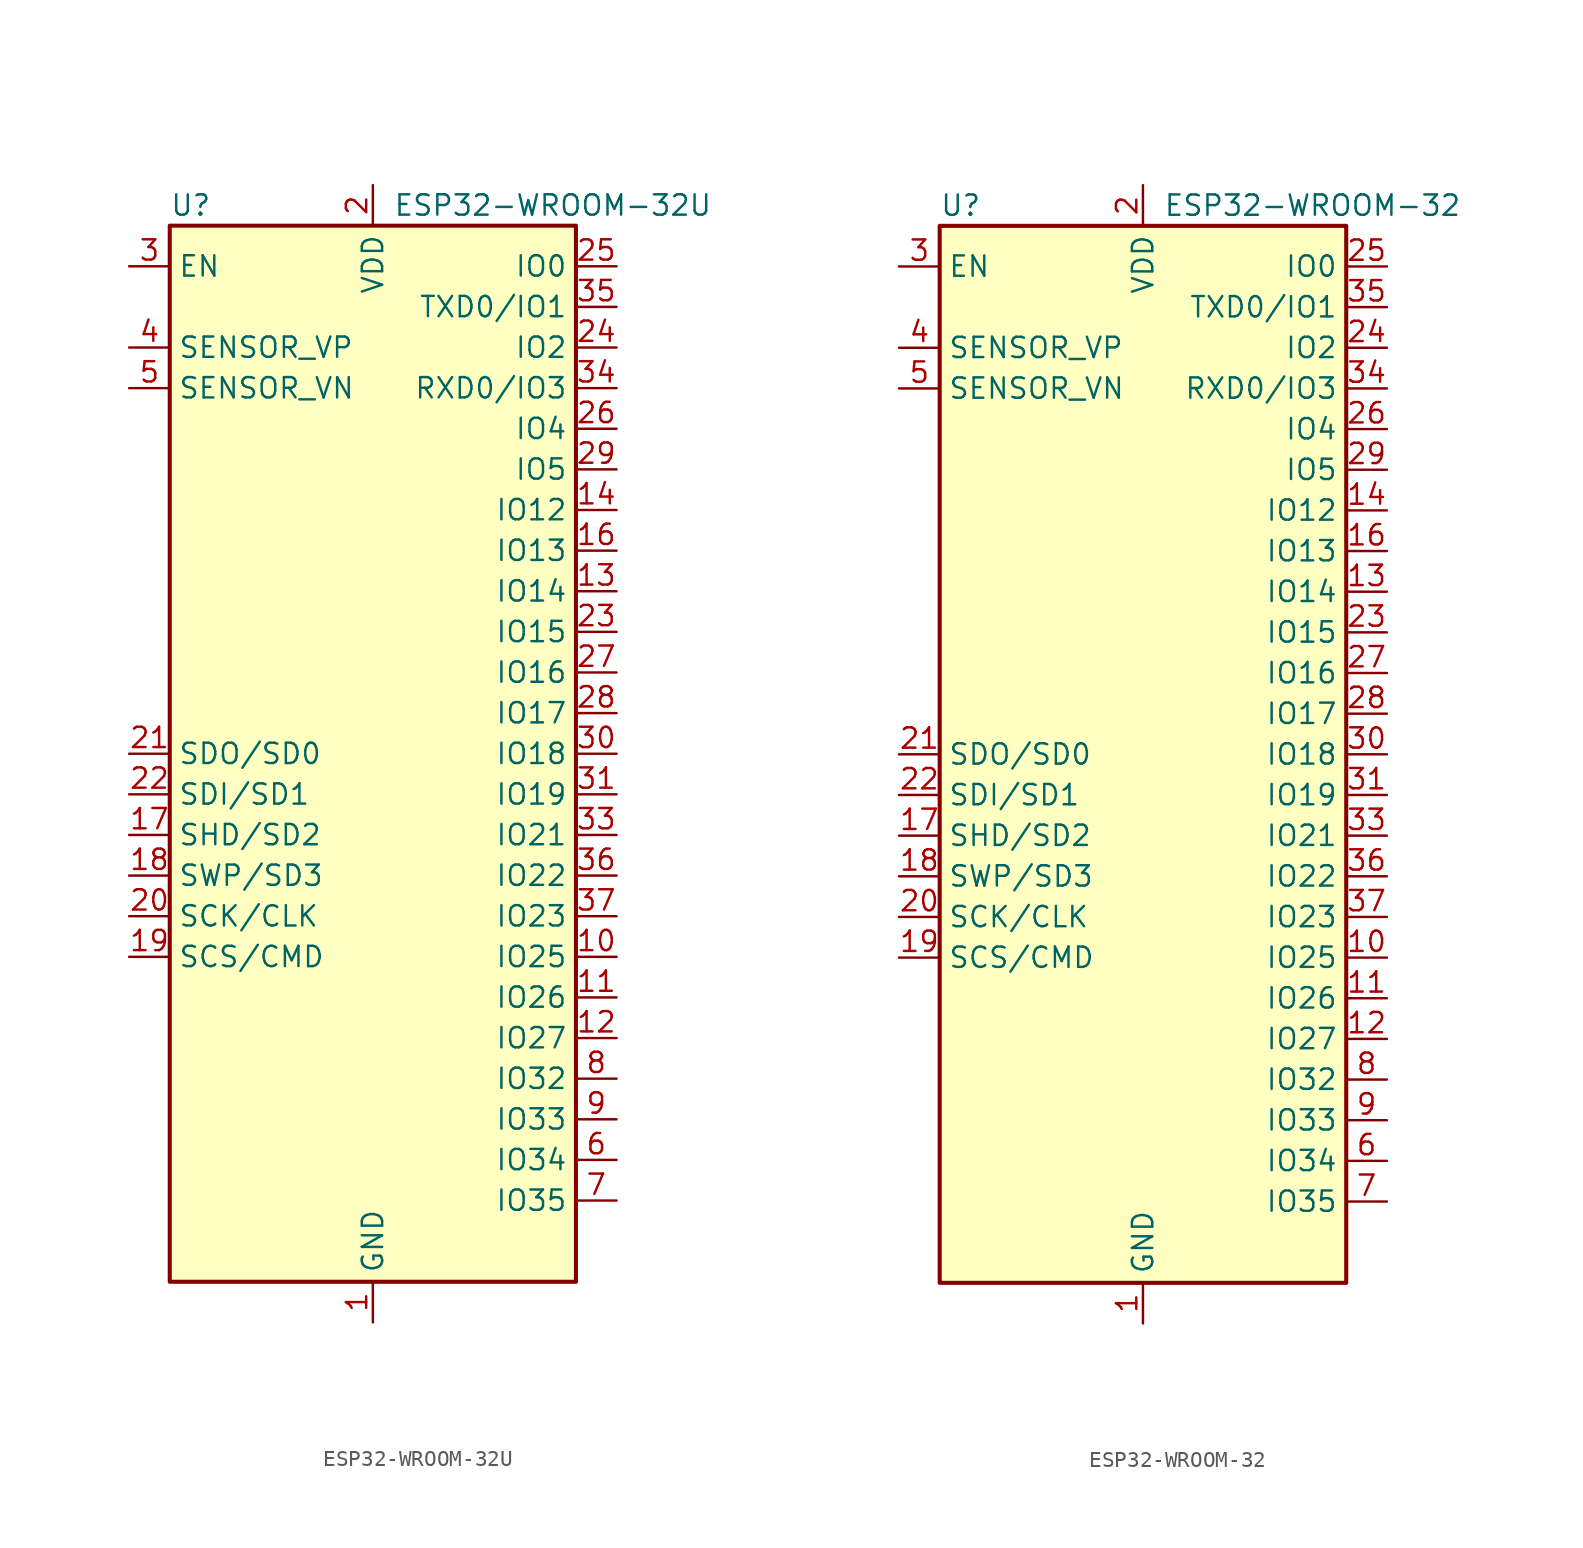
<source format=kicad_sym>
(kicad_symbol_lib
  (version 20201005)
  (generator kicad_symbol_editor)
  (symbol "RF_Module:ESP32-WROOM-32U"
    (property "Reference" "U"
      (at -12.7 34.29 0)
      (effects (font (size 1.27 1.27)) (justify left)))
    (property "Value" "ESP32-WROOM-32U"
      (at 1.27 34.29 0)
      (effects (font (size 1.27 1.27)) (justify left)))
    (symbol "ESP32-WROOM-32U_0_1"
      (rectangle (start -12.7 33.02) (end 12.7 -33.02) (stroke (width 0.254)) (fill (type background))))
    (symbol "ESP32-WROOM-32U_1_1"
      (pin power_in line (at 0 -35.56 90) (length 2.54) (name "GND" (effects (font (size 1.27 1.27)))) (number "1" (effects (font (size 1.27 1.27)))))
      (pin bidirectional line (at 15.24 -12.7 180) (length 2.54) (name "IO25" (effects (font (size 1.27 1.27)))) (number "10" (effects (font (size 1.27 1.27)))))
      (pin bidirectional line (at 15.24 -15.24 180) (length 2.54) (name "IO26" (effects (font (size 1.27 1.27)))) (number "11" (effects (font (size 1.27 1.27)))))
      (pin bidirectional line (at 15.24 -17.78 180) (length 2.54) (name "IO27" (effects (font (size 1.27 1.27)))) (number "12" (effects (font (size 1.27 1.27)))))
      (pin bidirectional line (at 15.24 10.16 180) (length 2.54) (name "IO14" (effects (font (size 1.27 1.27)))) (number "13" (effects (font (size 1.27 1.27)))))
      (pin bidirectional line (at 15.24 15.24 180) (length 2.54) (name "IO12" (effects (font (size 1.27 1.27)))) (number "14" (effects (font (size 1.27 1.27)))))
      (pin passive line (at 0 -35.56 90) (length 2.54) hide (name "GND" (effects (font (size 1.27 1.27)))) (number "15" (effects (font (size 1.27 1.27)))))
      (pin bidirectional line (at 15.24 12.7 180) (length 2.54) (name "IO13" (effects (font (size 1.27 1.27)))) (number "16" (effects (font (size 1.27 1.27)))))
      (pin bidirectional line (at -15.24 -5.08 0) (length 2.54) (name "SHD/SD2" (effects (font (size 1.27 1.27)))) (number "17" (effects (font (size 1.27 1.27)))))
      (pin bidirectional line (at -15.24 -7.62 0) (length 2.54) (name "SWP/SD3" (effects (font (size 1.27 1.27)))) (number "18" (effects (font (size 1.27 1.27)))))
      (pin bidirectional line (at -15.24 -12.7 0) (length 2.54) (name "SCS/CMD" (effects (font (size 1.27 1.27)))) (number "19" (effects (font (size 1.27 1.27)))))
      (pin power_in line (at 0 35.56 270) (length 2.54) (name "VDD" (effects (font (size 1.27 1.27)))) (number "2" (effects (font (size 1.27 1.27)))))
      (pin bidirectional line (at -15.24 -10.16 0) (length 2.54) (name "SCK/CLK" (effects (font (size 1.27 1.27)))) (number "20" (effects (font (size 1.27 1.27)))))
      (pin bidirectional line (at -15.24 0 0) (length 2.54) (name "SDO/SD0" (effects (font (size 1.27 1.27)))) (number "21" (effects (font (size 1.27 1.27)))))
      (pin bidirectional line (at -15.24 -2.54 0) (length 2.54) (name "SDI/SD1" (effects (font (size 1.27 1.27)))) (number "22" (effects (font (size 1.27 1.27)))))
      (pin bidirectional line (at 15.24 7.62 180) (length 2.54) (name "IO15" (effects (font (size 1.27 1.27)))) (number "23" (effects (font (size 1.27 1.27)))))
      (pin bidirectional line (at 15.24 25.4 180) (length 2.54) (name "IO2" (effects (font (size 1.27 1.27)))) (number "24" (effects (font (size 1.27 1.27)))))
      (pin bidirectional line (at 15.24 30.48 180) (length 2.54) (name "IO0" (effects (font (size 1.27 1.27)))) (number "25" (effects (font (size 1.27 1.27)))))
      (pin bidirectional line (at 15.24 20.32 180) (length 2.54) (name "IO4" (effects (font (size 1.27 1.27)))) (number "26" (effects (font (size 1.27 1.27)))))
      (pin bidirectional line (at 15.24 5.08 180) (length 2.54) (name "IO16" (effects (font (size 1.27 1.27)))) (number "27" (effects (font (size 1.27 1.27)))))
      (pin bidirectional line (at 15.24 2.54 180) (length 2.54) (name "IO17" (effects (font (size 1.27 1.27)))) (number "28" (effects (font (size 1.27 1.27)))))
      (pin bidirectional line (at 15.24 17.78 180) (length 2.54) (name "IO5" (effects (font (size 1.27 1.27)))) (number "29" (effects (font (size 1.27 1.27)))))
      (pin input line (at -15.24 30.48 0) (length 2.54) (name "EN" (effects (font (size 1.27 1.27)))) (number "3" (effects (font (size 1.27 1.27)))))
      (pin bidirectional line (at 15.24 0 180) (length 2.54) (name "IO18" (effects (font (size 1.27 1.27)))) (number "30" (effects (font (size 1.27 1.27)))))
      (pin bidirectional line (at 15.24 -2.54 180) (length 2.54) (name "IO19" (effects (font (size 1.27 1.27)))) (number "31" (effects (font (size 1.27 1.27)))))
      (pin no_connect line (at -12.7 -27.94 0) (length 2.54) hide (name "NC" (effects (font (size 1.27 1.27)))) (number "32" (effects (font (size 1.27 1.27)))))
      (pin bidirectional line (at 15.24 -5.08 180) (length 2.54) (name "IO21" (effects (font (size 1.27 1.27)))) (number "33" (effects (font (size 1.27 1.27)))))
      (pin bidirectional line (at 15.24 22.86 180) (length 2.54) (name "RXD0/IO3" (effects (font (size 1.27 1.27)))) (number "34" (effects (font (size 1.27 1.27)))))
      (pin bidirectional line (at 15.24 27.94 180) (length 2.54) (name "TXD0/IO1" (effects (font (size 1.27 1.27)))) (number "35" (effects (font (size 1.27 1.27)))))
      (pin bidirectional line (at 15.24 -7.62 180) (length 2.54) (name "IO22" (effects (font (size 1.27 1.27)))) (number "36" (effects (font (size 1.27 1.27)))))
      (pin bidirectional line (at 15.24 -10.16 180) (length 2.54) (name "IO23" (effects (font (size 1.27 1.27)))) (number "37" (effects (font (size 1.27 1.27)))))
      (pin passive line (at 0 -35.56 90) (length 2.54) hide (name "GND" (effects (font (size 1.27 1.27)))) (number "38" (effects (font (size 1.27 1.27)))))
      (pin passive line (at 0 -35.56 90) (length 2.54) hide (name "GND" (effects (font (size 1.27 1.27)))) (number "39" (effects (font (size 1.27 1.27)))))
      (pin input line (at -15.24 25.4 0) (length 2.54) (name "SENSOR_VP" (effects (font (size 1.27 1.27)))) (number "4" (effects (font (size 1.27 1.27)))))
      (pin input line (at -15.24 22.86 0) (length 2.54) (name "SENSOR_VN" (effects (font (size 1.27 1.27)))) (number "5" (effects (font (size 1.27 1.27)))))
      (pin input line (at 15.24 -25.4 180) (length 2.54) (name "IO34" (effects (font (size 1.27 1.27)))) (number "6" (effects (font (size 1.27 1.27)))))
      (pin input line (at 15.24 -27.94 180) (length 2.54) (name "IO35" (effects (font (size 1.27 1.27)))) (number "7" (effects (font (size 1.27 1.27)))))
      (pin bidirectional line (at 15.24 -20.32 180) (length 2.54) (name "IO32" (effects (font (size 1.27 1.27)))) (number "8" (effects (font (size 1.27 1.27)))))
      (pin bidirectional line (at 15.24 -22.86 180) (length 2.54) (name "IO33" (effects (font (size 1.27 1.27)))) (number "9" (effects (font (size 1.27 1.27)))))))
  (symbol "RF_Module:ESP32-WROOM-32"
    (property "Reference" "U"
      (at -12.7 34.29 0)
      (effects (font (size 1.27 1.27)) (justify left)))
    (property "Value" "ESP32-WROOM-32"
      (at 1.27 34.29 0)
      (effects (font (size 1.27 1.27)) (justify left)))
    (symbol "ESP32-WROOM-32_0_1"
      (rectangle (start -12.7 33.02) (end 12.7 -33.02) (stroke (width 0.254)) (fill (type background))))
    (symbol "ESP32-WROOM-32_1_1"
      (pin power_in line (at 0 -35.56 90) (length 2.54) (name "GND" (effects (font (size 1.27 1.27)))) (number "1" (effects (font (size 1.27 1.27)))))
      (pin bidirectional line (at 15.24 -12.7 180) (length 2.54) (name "IO25" (effects (font (size 1.27 1.27)))) (number "10" (effects (font (size 1.27 1.27)))))
      (pin bidirectional line (at 15.24 -15.24 180) (length 2.54) (name "IO26" (effects (font (size 1.27 1.27)))) (number "11" (effects (font (size 1.27 1.27)))))
      (pin bidirectional line (at 15.24 -17.78 180) (length 2.54) (name "IO27" (effects (font (size 1.27 1.27)))) (number "12" (effects (font (size 1.27 1.27)))))
      (pin bidirectional line (at 15.24 10.16 180) (length 2.54) (name "IO14" (effects (font (size 1.27 1.27)))) (number "13" (effects (font (size 1.27 1.27)))))
      (pin bidirectional line (at 15.24 15.24 180) (length 2.54) (name "IO12" (effects (font (size 1.27 1.27)))) (number "14" (effects (font (size 1.27 1.27)))))
      (pin passive line (at 0 -35.56 90) (length 2.54) hide (name "GND" (effects (font (size 1.27 1.27)))) (number "15" (effects (font (size 1.27 1.27)))))
      (pin bidirectional line (at 15.24 12.7 180) (length 2.54) (name "IO13" (effects (font (size 1.27 1.27)))) (number "16" (effects (font (size 1.27 1.27)))))
      (pin bidirectional line (at -15.24 -5.08 0) (length 2.54) (name "SHD/SD2" (effects (font (size 1.27 1.27)))) (number "17" (effects (font (size 1.27 1.27)))))
      (pin bidirectional line (at -15.24 -7.62 0) (length 2.54) (name "SWP/SD3" (effects (font (size 1.27 1.27)))) (number "18" (effects (font (size 1.27 1.27)))))
      (pin bidirectional line (at -15.24 -12.7 0) (length 2.54) (name "SCS/CMD" (effects (font (size 1.27 1.27)))) (number "19" (effects (font (size 1.27 1.27)))))
      (pin power_in line (at 0 35.56 270) (length 2.54) (name "VDD" (effects (font (size 1.27 1.27)))) (number "2" (effects (font (size 1.27 1.27)))))
      (pin bidirectional line (at -15.24 -10.16 0) (length 2.54) (name "SCK/CLK" (effects (font (size 1.27 1.27)))) (number "20" (effects (font (size 1.27 1.27)))))
      (pin bidirectional line (at -15.24 0 0) (length 2.54) (name "SDO/SD0" (effects (font (size 1.27 1.27)))) (number "21" (effects (font (size 1.27 1.27)))))
      (pin bidirectional line (at -15.24 -2.54 0) (length 2.54) (name "SDI/SD1" (effects (font (size 1.27 1.27)))) (number "22" (effects (font (size 1.27 1.27)))))
      (pin bidirectional line (at 15.24 7.62 180) (length 2.54) (name "IO15" (effects (font (size 1.27 1.27)))) (number "23" (effects (font (size 1.27 1.27)))))
      (pin bidirectional line (at 15.24 25.4 180) (length 2.54) (name "IO2" (effects (font (size 1.27 1.27)))) (number "24" (effects (font (size 1.27 1.27)))))
      (pin bidirectional line (at 15.24 30.48 180) (length 2.54) (name "IO0" (effects (font (size 1.27 1.27)))) (number "25" (effects (font (size 1.27 1.27)))))
      (pin bidirectional line (at 15.24 20.32 180) (length 2.54) (name "IO4" (effects (font (size 1.27 1.27)))) (number "26" (effects (font (size 1.27 1.27)))))
      (pin bidirectional line (at 15.24 5.08 180) (length 2.54) (name "IO16" (effects (font (size 1.27 1.27)))) (number "27" (effects (font (size 1.27 1.27)))))
      (pin bidirectional line (at 15.24 2.54 180) (length 2.54) (name "IO17" (effects (font (size 1.27 1.27)))) (number "28" (effects (font (size 1.27 1.27)))))
      (pin bidirectional line (at 15.24 17.78 180) (length 2.54) (name "IO5" (effects (font (size 1.27 1.27)))) (number "29" (effects (font (size 1.27 1.27)))))
      (pin input line (at -15.24 30.48 0) (length 2.54) (name "EN" (effects (font (size 1.27 1.27)))) (number "3" (effects (font (size 1.27 1.27)))))
      (pin bidirectional line (at 15.24 0 180) (length 2.54) (name "IO18" (effects (font (size 1.27 1.27)))) (number "30" (effects (font (size 1.27 1.27)))))
      (pin bidirectional line (at 15.24 -2.54 180) (length 2.54) (name "IO19" (effects (font (size 1.27 1.27)))) (number "31" (effects (font (size 1.27 1.27)))))
      (pin no_connect line (at -12.7 -27.94 0) (length 2.54) hide (name "NC" (effects (font (size 1.27 1.27)))) (number "32" (effects (font (size 1.27 1.27)))))
      (pin bidirectional line (at 15.24 -5.08 180) (length 2.54) (name "IO21" (effects (font (size 1.27 1.27)))) (number "33" (effects (font (size 1.27 1.27)))))
      (pin bidirectional line (at 15.24 22.86 180) (length 2.54) (name "RXD0/IO3" (effects (font (size 1.27 1.27)))) (number "34" (effects (font (size 1.27 1.27)))))
      (pin bidirectional line (at 15.24 27.94 180) (length 2.54) (name "TXD0/IO1" (effects (font (size 1.27 1.27)))) (number "35" (effects (font (size 1.27 1.27)))))
      (pin bidirectional line (at 15.24 -7.62 180) (length 2.54) (name "IO22" (effects (font (size 1.27 1.27)))) (number "36" (effects (font (size 1.27 1.27)))))
      (pin bidirectional line (at 15.24 -10.16 180) (length 2.54) (name "IO23" (effects (font (size 1.27 1.27)))) (number "37" (effects (font (size 1.27 1.27)))))
      (pin passive line (at 0 -35.56 90) (length 2.54) hide (name "GND" (effects (font (size 1.27 1.27)))) (number "38" (effects (font (size 1.27 1.27)))))
      (pin passive line (at 0 -35.56 90) (length 2.54) hide (name "GND" (effects (font (size 1.27 1.27)))) (number "39" (effects (font (size 1.27 1.27)))))
      (pin input line (at -15.24 25.4 0) (length 2.54) (name "SENSOR_VP" (effects (font (size 1.27 1.27)))) (number "4" (effects (font (size 1.27 1.27)))))
      (pin input line (at -15.24 22.86 0) (length 2.54) (name "SENSOR_VN" (effects (font (size 1.27 1.27)))) (number "5" (effects (font (size 1.27 1.27)))))
      (pin input line (at 15.24 -25.4 180) (length 2.54) (name "IO34" (effects (font (size 1.27 1.27)))) (number "6" (effects (font (size 1.27 1.27)))))
      (pin input line (at 15.24 -27.94 180) (length 2.54) (name "IO35" (effects (font (size 1.27 1.27)))) (number "7" (effects (font (size 1.27 1.27)))))
      (pin bidirectional line (at 15.24 -20.32 180) (length 2.54) (name "IO32" (effects (font (size 1.27 1.27)))) (number "8" (effects (font (size 1.27 1.27)))))
      (pin bidirectional line (at 15.24 -22.86 180) (length 2.54) (name "IO33" (effects (font (size 1.27 1.27)))) (number "9" (effects (font (size 1.27 1.27))))))))
</source>
